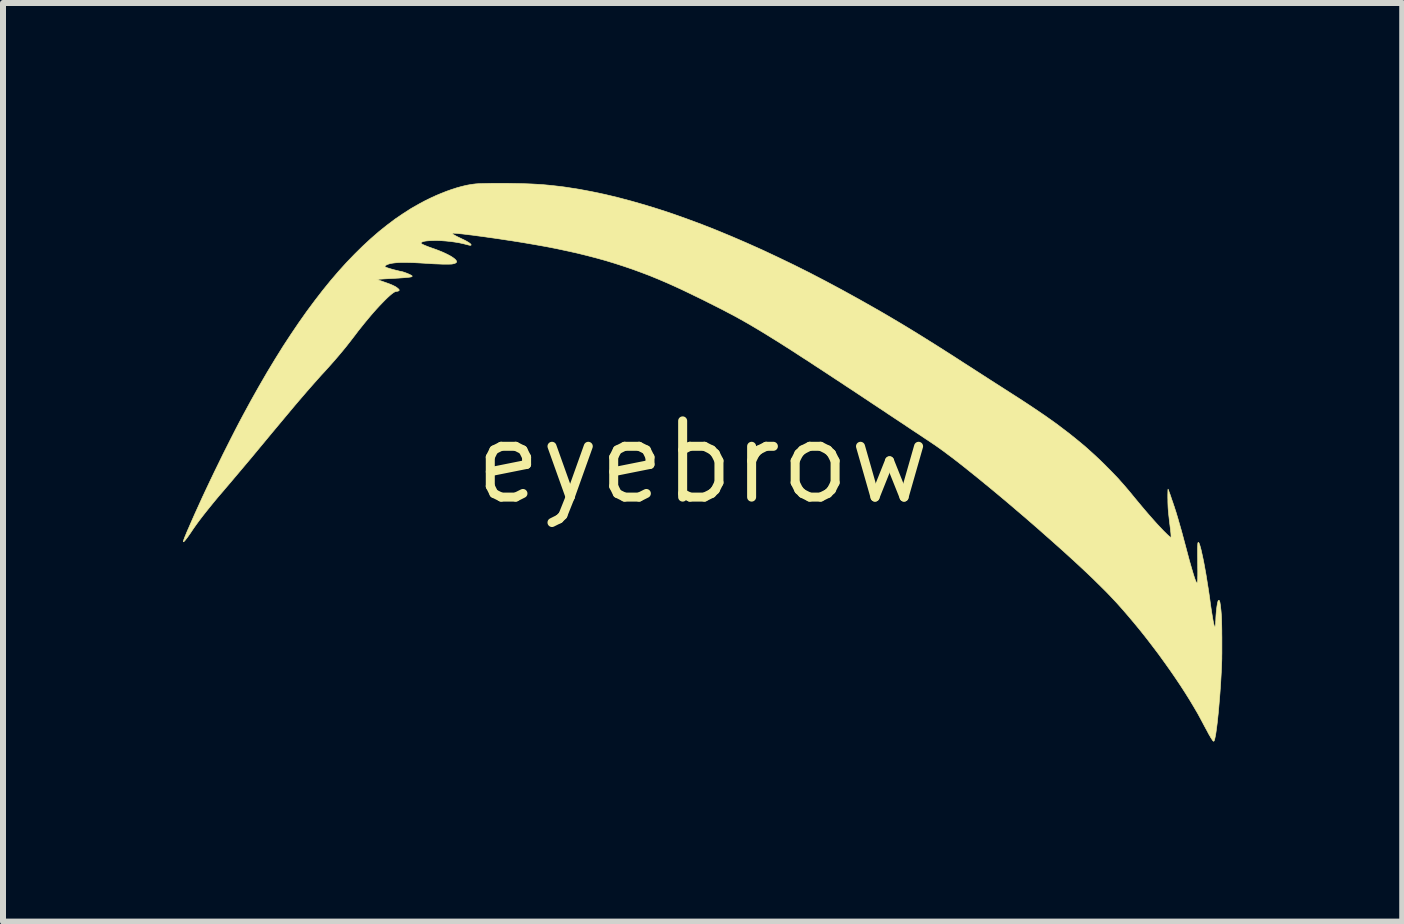
<source format=kicad_pcb>
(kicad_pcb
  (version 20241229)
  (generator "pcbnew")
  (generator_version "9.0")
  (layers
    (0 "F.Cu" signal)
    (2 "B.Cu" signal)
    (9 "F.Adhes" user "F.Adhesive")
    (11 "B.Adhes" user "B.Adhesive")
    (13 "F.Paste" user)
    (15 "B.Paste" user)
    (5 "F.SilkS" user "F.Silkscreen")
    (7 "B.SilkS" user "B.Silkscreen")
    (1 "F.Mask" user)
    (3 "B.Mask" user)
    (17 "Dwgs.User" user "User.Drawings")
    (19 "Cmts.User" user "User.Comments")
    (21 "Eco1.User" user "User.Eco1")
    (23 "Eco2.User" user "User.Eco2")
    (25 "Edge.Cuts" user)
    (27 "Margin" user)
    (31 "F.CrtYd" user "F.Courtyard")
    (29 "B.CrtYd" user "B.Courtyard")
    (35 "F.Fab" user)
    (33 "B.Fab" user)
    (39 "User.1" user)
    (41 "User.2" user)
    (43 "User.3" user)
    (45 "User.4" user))
  (footprint "eyebrow"
    (layer "F.Cu")
    (at 8.657 4.653)
    (property "Reference" "eyebrow" (at 0 0 0) (layer "F.SilkS") (effects (font (size 1.27 1.27) (thickness 0.15))))
    (attr through_hole)
    (fp_poly (pts (xy -3.243 -4.648) (xy -3.133 -4.646) (xy -3.029 -4.644) (xy -2.931 -4.641) (xy -2.836 -4.637) (xy -2.746 -4.632) (xy -2.657 -4.626) (xy -2.57 -4.618) (xy -2.484 -4.609) (xy -2.396 -4.599) (xy -2.307 -4.588) (xy -2.254 -4.58) (xy -2.051 -4.548) (xy -1.843 -4.509) (xy -1.629 -4.464) (xy -1.412 -4.412) (xy -1.189 -4.353) (xy -0.962 -4.288) (xy -0.732 -4.217) (xy -0.496 -4.139) (xy -0.257 -4.054) (xy -0.014 -3.964) (xy 0.232 -3.867) (xy 0.483 -3.763) (xy 0.736 -3.654) (xy 0.993 -3.539) (xy 1.253 -3.417) (xy 1.517 -3.29) (xy 1.783 -3.157) (xy 2.052 -3.017) (xy 2.323 -2.872) (xy 2.597 -2.721) (xy 2.707 -2.659) (xy 2.827 -2.591) (xy 2.945 -2.524) (xy 3.062 -2.456) (xy 3.177 -2.388) (xy 3.292 -2.32) (xy 3.408 -2.25) (xy 3.526 -2.178) (xy 3.646 -2.104) (xy 3.769 -2.027) (xy 3.897 -1.947) (xy 4.029 -1.863) (xy 4.166 -1.776) (xy 4.248 -1.723) (xy 4.356 -1.653) (xy 4.458 -1.588) (xy 4.554 -1.526) (xy 4.644 -1.468) (xy 4.731 -1.412) (xy 4.813 -1.359) (xy 4.893 -1.308) (xy 4.97 -1.259) (xy 5.046 -1.21) (xy 5.121 -1.162) (xy 5.16 -1.137) (xy 5.257 -1.075) (xy 5.346 -1.017) (xy 5.43 -0.962) (xy 5.508 -0.91) (xy 5.581 -0.861) (xy 5.65 -0.814) (xy 5.716 -0.769) (xy 5.779 -0.724) (xy 5.84 -0.681) (xy 5.9 -0.638) (xy 5.958 -0.594) (xy 6.016 -0.55) (xy 6.075 -0.505) (xy 6.089 -0.495) (xy 6.187 -0.417) (xy 6.28 -0.341) (xy 6.369 -0.267) (xy 6.454 -0.191) (xy 6.539 -0.114) (xy 6.624 -0.034) (xy 6.711 0.051) (xy 6.729 0.07) (xy 6.783 0.124) (xy 6.833 0.175) (xy 6.879 0.223) (xy 6.924 0.27) (xy 6.966 0.318) (xy 7.009 0.366) (xy 7.053 0.417) (xy 7.099 0.471) (xy 7.148 0.53) (xy 7.187 0.578) (xy 7.275 0.684) (xy 7.357 0.782) (xy 7.436 0.874) (xy 7.51 0.958) (xy 7.579 1.035) (xy 7.645 1.105) (xy 7.681 1.143) (xy 7.714 1.175) (xy 7.741 1.202) (xy 7.763 1.222) (xy 7.78 1.237) (xy 7.792 1.246) (xy 7.8 1.25) (xy 7.803 1.249) (xy 7.805 1.243) (xy 7.805 1.229) (xy 7.804 1.208) (xy 7.802 1.18) (xy 7.798 1.146) (xy 7.794 1.107) (xy 7.788 1.063) (xy 7.787 1.052) (xy 7.778 0.982) (xy 7.771 0.916) (xy 7.764 0.855) (xy 7.759 0.801) (xy 7.756 0.761) (xy 7.755 0.741) (xy 7.754 0.717) (xy 7.753 0.689) (xy 7.752 0.658) (xy 7.752 0.626) (xy 7.751 0.594) (xy 7.751 0.562) (xy 7.751 0.532) (xy 7.752 0.505) (xy 7.752 0.482) (xy 7.753 0.464) (xy 7.754 0.452) (xy 7.755 0.447) (xy 7.755 0.447) (xy 7.758 0.452) (xy 7.762 0.464) (xy 7.769 0.483) (xy 7.778 0.506) (xy 7.788 0.534) (xy 7.799 0.565) (xy 7.81 0.599) (xy 7.822 0.634) (xy 7.835 0.67) (xy 7.846 0.705) (xy 7.858 0.738) (xy 7.868 0.77) (xy 7.877 0.798) (xy 7.885 0.822) (xy 7.887 0.828) (xy 7.917 0.928) (xy 7.948 1.036) (xy 7.981 1.151) (xy 8.014 1.274) (xy 8.049 1.405) (xy 8.062 1.454) (xy 8.085 1.54) (xy 8.106 1.619) (xy 8.126 1.691) (xy 8.145 1.756) (xy 8.162 1.814) (xy 8.177 1.864) (xy 8.191 1.908) (xy 8.203 1.944) (xy 8.214 1.972) (xy 8.223 1.992) (xy 8.231 2.004) (xy 8.236 2.009) (xy 8.238 2.008) (xy 8.241 2.004) (xy 8.243 1.998) (xy 8.245 1.989) (xy 8.247 1.977) (xy 8.248 1.961) (xy 8.249 1.941) (xy 8.249 1.915) (xy 8.25 1.884) (xy 8.25 1.847) (xy 8.25 1.803) (xy 8.249 1.752) (xy 8.249 1.694) (xy 8.248 1.678) (xy 8.248 1.615) (xy 8.247 1.559) (xy 8.247 1.511) (xy 8.247 1.47) (xy 8.247 1.435) (xy 8.248 1.406) (xy 8.249 1.383) (xy 8.25 1.366) (xy 8.251 1.352) (xy 8.253 1.343) (xy 8.255 1.337) (xy 8.258 1.335) (xy 8.261 1.335) (xy 8.265 1.337) (xy 8.265 1.337) (xy 8.271 1.346) (xy 8.278 1.363) (xy 8.286 1.387) (xy 8.295 1.418) (xy 8.305 1.456) (xy 8.315 1.5) (xy 8.326 1.55) (xy 8.338 1.605) (xy 8.35 1.664) (xy 8.362 1.728) (xy 8.374 1.796) (xy 8.387 1.868) (xy 8.399 1.942) (xy 8.411 2.019) (xy 8.424 2.098) (xy 8.436 2.178) (xy 8.448 2.26) (xy 8.45 2.274) (xy 8.461 2.358) (xy 8.472 2.433) (xy 8.482 2.499) (xy 8.492 2.558) (xy 8.5 2.608) (xy 8.508 2.65) (xy 8.515 2.684) (xy 8.521 2.709) (xy 8.526 2.727) (xy 8.531 2.737) (xy 8.532 2.738) (xy 8.536 2.738) (xy 8.54 2.731) (xy 8.543 2.717) (xy 8.544 2.71) (xy 8.545 2.7) (xy 8.547 2.683) (xy 8.548 2.66) (xy 8.55 2.635) (xy 8.551 2.607) (xy 8.551 2.601) (xy 8.554 2.549) (xy 8.558 2.5) (xy 8.563 2.453) (xy 8.568 2.411) (xy 8.574 2.374) (xy 8.58 2.343) (xy 8.586 2.319) (xy 8.589 2.31) (xy 8.595 2.301) (xy 8.603 2.299) (xy 8.61 2.304) (xy 8.614 2.314) (xy 8.619 2.331) (xy 8.623 2.356) (xy 8.628 2.387) (xy 8.632 2.425) (xy 8.637 2.468) (xy 8.641 2.516) (xy 8.645 2.569) (xy 8.645 2.57) (xy 8.646 2.593) (xy 8.647 2.623) (xy 8.648 2.661) (xy 8.649 2.703) (xy 8.65 2.751) (xy 8.651 2.802) (xy 8.651 2.856) (xy 8.652 2.912) (xy 8.652 2.968) (xy 8.652 3.025) (xy 8.652 3.08) (xy 8.652 3.133) (xy 8.652 3.184) (xy 8.651 3.23) (xy 8.651 3.272) (xy 8.65 3.308) (xy 8.649 3.332) (xy 8.646 3.415) (xy 8.642 3.5) (xy 8.637 3.587) (xy 8.632 3.674) (xy 8.626 3.762) (xy 8.62 3.848) (xy 8.613 3.934) (xy 8.606 4.018) (xy 8.599 4.099) (xy 8.592 4.177) (xy 8.584 4.252) (xy 8.577 4.322) (xy 8.569 4.386) (xy 8.561 4.446) (xy 8.554 4.498) (xy 8.547 4.544) (xy 8.539 4.582) (xy 8.538 4.587) (xy 8.532 4.613) (xy 8.527 4.631) (xy 8.522 4.642) (xy 8.517 4.647) (xy 8.511 4.647) (xy 8.504 4.641) (xy 8.502 4.639) (xy 8.496 4.632) (xy 8.488 4.619) (xy 8.477 4.602) (xy 8.465 4.583) (xy 8.461 4.576) (xy 8.454 4.563) (xy 8.446 4.55) (xy 8.438 4.536) (xy 8.429 4.521) (xy 8.42 4.503) (xy 8.409 4.482) (xy 8.396 4.458) (xy 8.38 4.429) (xy 8.362 4.396) (xy 8.341 4.356) (xy 8.316 4.309) (xy 8.314 4.305) (xy 8.254 4.194) (xy 8.187 4.079) (xy 8.115 3.959) (xy 8.038 3.836) (xy 7.957 3.711) (xy 7.871 3.583) (xy 7.782 3.454) (xy 7.69 3.325) (xy 7.596 3.195) (xy 7.499 3.067) (xy 7.401 2.939) (xy 7.302 2.814) (xy 7.202 2.692) (xy 7.102 2.573) (xy 7.003 2.458) (xy 6.905 2.348) (xy 6.867 2.307) (xy 6.803 2.239) (xy 6.735 2.168) (xy 6.662 2.095) (xy 6.584 2.018) (xy 6.502 1.937) (xy 6.414 1.853) (xy 6.32 1.765) (xy 6.221 1.673) (xy 6.116 1.577) (xy 6.005 1.476) (xy 5.887 1.371) (xy 5.819 1.31) (xy 5.704 1.209) (xy 5.59 1.108) (xy 5.476 1.009) (xy 5.362 0.91) (xy 5.249 0.814) (xy 5.137 0.718) (xy 5.027 0.625) (xy 4.918 0.534) (xy 4.811 0.445) (xy 4.707 0.36) (xy 4.606 0.277) (xy 4.508 0.198) (xy 4.413 0.122) (xy 4.323 0.05) (xy 4.236 -0.018) (xy 4.154 -0.081) (xy 4.076 -0.139) (xy 4.004 -0.193) (xy 3.937 -0.241) (xy 3.876 -0.284) (xy 3.869 -0.289) (xy 3.86 -0.295) (xy 3.843 -0.306) (xy 3.821 -0.321) (xy 3.793 -0.34) (xy 3.759 -0.363) (xy 3.72 -0.388) (xy 3.677 -0.417) (xy 3.629 -0.449) (xy 3.578 -0.483) (xy 3.523 -0.519) (xy 3.466 -0.557) (xy 3.406 -0.597) (xy 3.344 -0.639) (xy 3.28 -0.681) (xy 3.215 -0.724) (xy 3.149 -0.768) (xy 3.082 -0.812) (xy 3.016 -0.857) (xy 2.95 -0.9) (xy 2.884 -0.944) (xy 2.82 -0.986) (xy 2.758 -1.028) (xy 2.697 -1.068) (xy 2.639 -1.107) (xy 2.584 -1.143) (xy 2.532 -1.178) (xy 2.483 -1.21) (xy 2.439 -1.239) (xy 2.399 -1.265) (xy 2.364 -1.288) (xy 2.352 -1.297) (xy 2.222 -1.382) (xy 2.099 -1.463) (xy 1.982 -1.54) (xy 1.871 -1.612) (xy 1.767 -1.681) (xy 1.667 -1.745) (xy 1.573 -1.806) (xy 1.484 -1.864) (xy 1.399 -1.918) (xy 1.319 -1.969) (xy 1.243 -2.017) (xy 1.17 -2.062) (xy 1.101 -2.105) (xy 1.035 -2.146) (xy 0.972 -2.184) (xy 0.912 -2.22) (xy 0.853 -2.255) (xy 0.797 -2.288) (xy 0.742 -2.32) (xy 0.689 -2.35) (xy 0.637 -2.38) (xy 0.624 -2.386) (xy 0.568 -2.418) (xy 0.505 -2.452) (xy 0.435 -2.488) (xy 0.362 -2.527) (xy 0.284 -2.567) (xy 0.203 -2.608) (xy 0.121 -2.649) (xy 0.038 -2.691) (xy -0.045 -2.732) (xy -0.128 -2.772) (xy -0.208 -2.811) (xy -0.285 -2.848) (xy -0.358 -2.883) (xy -0.426 -2.914) (xy -0.447 -2.924) (xy -0.592 -2.989) (xy -0.737 -3.051) (xy -0.881 -3.11) (xy -1.026 -3.165) (xy -1.171 -3.218) (xy -1.318 -3.268) (xy -1.467 -3.316) (xy -1.618 -3.362) (xy -1.773 -3.405) (xy -1.931 -3.446) (xy -2.093 -3.486) (xy -2.261 -3.523) (xy -2.433 -3.56) (xy -2.612 -3.595) (xy -2.798 -3.628) (xy -2.99 -3.661) (xy -3.191 -3.693) (xy -3.219 -3.697) (xy -3.306 -3.71) (xy -3.39 -3.723) (xy -3.472 -3.735) (xy -3.552 -3.746) (xy -3.628 -3.757) (xy -3.702 -3.767) (xy -3.771 -3.776) (xy -3.836 -3.785) (xy -3.897 -3.792) (xy -3.953 -3.799) (xy -4.003 -3.805) (xy -4.048 -3.809) (xy -4.086 -3.813) (xy -4.118 -3.816) (xy -4.144 -3.817) (xy -4.161 -3.818) (xy -4.172 -3.817) (xy -4.174 -3.815) (xy -4.17 -3.809) (xy -4.159 -3.799) (xy -4.139 -3.788) (xy -4.113 -3.773) (xy -4.08 -3.756) (xy -4.04 -3.737) (xy -4.026 -3.73) (xy -3.982 -3.709) (xy -3.944 -3.69) (xy -3.913 -3.672) (xy -3.888 -3.656) (xy -3.87 -3.642) (xy -3.86 -3.631) (xy -3.857 -3.623) (xy -3.859 -3.618) (xy -3.866 -3.616) (xy -3.879 -3.616) (xy -3.899 -3.62) (xy -3.925 -3.627) (xy -3.929 -3.628) (xy -3.993 -3.644) (xy -4.058 -3.658) (xy -4.125 -3.669) (xy -4.197 -3.679) (xy -4.275 -3.687) (xy -4.343 -3.692) (xy -4.38 -3.694) (xy -4.42 -3.695) (xy -4.461 -3.695) (xy -4.502 -3.694) (xy -4.54 -3.693) (xy -4.575 -3.691) (xy -4.605 -3.688) (xy -4.628 -3.685) (xy -4.628 -3.685) (xy -4.653 -3.679) (xy -4.672 -3.672) (xy -4.687 -3.663) (xy -4.694 -3.655) (xy -4.694 -3.655) (xy -4.691 -3.648) (xy -4.681 -3.64) (xy -4.663 -3.63) (xy -4.637 -3.618) (xy -4.603 -3.604) (xy -4.562 -3.588) (xy -4.514 -3.571) (xy -4.506 -3.568) (xy -4.443 -3.546) (xy -4.384 -3.523) (xy -4.33 -3.501) (xy -4.28 -3.478) (xy -4.236 -3.456) (xy -4.197 -3.435) (xy -4.164 -3.414) (xy -4.137 -3.394) (xy -4.117 -3.376) (xy -4.104 -3.359) (xy -4.099 -3.345) (xy -4.1 -3.336) (xy -4.107 -3.327) (xy -4.121 -3.318) (xy -4.14 -3.311) (xy -4.162 -3.306) (xy -4.18 -3.303) (xy -4.206 -3.302) (xy -4.239 -3.301) (xy -4.278 -3.301) (xy -4.322 -3.301) (xy -4.369 -3.303) (xy -4.421 -3.305) (xy -4.474 -3.307) (xy -4.529 -3.31) (xy -4.553 -3.312) (xy -4.65 -3.318) (xy -4.739 -3.323) (xy -4.82 -3.327) (xy -4.893 -3.329) (xy -4.96 -3.33) (xy -5.02 -3.33) (xy -5.073 -3.328) (xy -5.12 -3.324) (xy -5.161 -3.319) (xy -5.197 -3.313) (xy -5.227 -3.305) (xy -5.252 -3.296) (xy -5.262 -3.292) (xy -5.278 -3.282) (xy -5.289 -3.273) (xy -5.293 -3.265) (xy -5.293 -3.261) (xy -5.286 -3.255) (xy -5.273 -3.248) (xy -5.253 -3.241) (xy -5.226 -3.232) (xy -5.192 -3.222) (xy -5.15 -3.21) (xy -5.129 -3.205) (xy -5.102 -3.198) (xy -5.076 -3.192) (xy -5.053 -3.186) (xy -5.034 -3.182) (xy -5.023 -3.18) (xy -5.005 -3.176) (xy -4.984 -3.17) (xy -4.961 -3.162) (xy -4.936 -3.153) (xy -4.911 -3.143) (xy -4.888 -3.133) (xy -4.868 -3.123) (xy -4.853 -3.115) (xy -4.843 -3.108) (xy -4.84 -3.105) (xy -4.84 -3.1) (xy -4.843 -3.095) (xy -4.85 -3.091) (xy -4.863 -3.088) (xy -4.881 -3.085) (xy -4.906 -3.082) (xy -4.938 -3.079) (xy -4.972 -3.076) (xy -4.997 -3.074) (xy -5.029 -3.072) (xy -5.066 -3.069) (xy -5.106 -3.067) (xy -5.147 -3.064) (xy -5.188 -3.062) (xy -5.211 -3.061) (xy -5.248 -3.059) (xy -5.284 -3.057) (xy -5.317 -3.055) (xy -5.346 -3.053) (xy -5.37 -3.052) (xy -5.388 -3.05) (xy -5.397 -3.05) (xy -5.429 -3.047) (xy -5.323 -3.01) (xy -5.286 -2.997) (xy -5.255 -2.986) (xy -5.23 -2.977) (xy -5.209 -2.969) (xy -5.192 -2.962) (xy -5.178 -2.956) (xy -5.164 -2.95) (xy -5.151 -2.943) (xy -5.136 -2.936) (xy -5.133 -2.935) (xy -5.112 -2.923) (xy -5.093 -2.91) (xy -5.076 -2.896) (xy -5.063 -2.884) (xy -5.056 -2.874) (xy -5.055 -2.869) (xy -5.059 -2.86) (xy -5.07 -2.854) (xy -5.089 -2.849) (xy -5.099 -2.848) (xy -5.114 -2.845) (xy -5.127 -2.841) (xy -5.141 -2.833) (xy -5.152 -2.826) (xy -5.181 -2.805) (xy -5.214 -2.777) (xy -5.251 -2.743) (xy -5.292 -2.703) (xy -5.335 -2.659) (xy -5.382 -2.61) (xy -5.43 -2.558) (xy -5.48 -2.502) (xy -5.531 -2.443) (xy -5.583 -2.381) (xy -5.635 -2.318) (xy -5.687 -2.253) (xy -5.739 -2.188) (xy -5.785 -2.127) (xy -5.858 -2.032) (xy -5.929 -1.941) (xy -6 -1.854) (xy -6.073 -1.767) (xy -6.148 -1.68) (xy -6.227 -1.591) (xy -6.301 -1.509) (xy -6.355 -1.451) (xy -6.41 -1.389) (xy -6.468 -1.324) (xy -6.528 -1.256) (xy -6.591 -1.184) (xy -6.657 -1.107) (xy -6.727 -1.026) (xy -6.8 -0.94) (xy -6.877 -0.848) (xy -6.958 -0.751) (xy -7.044 -0.648) (xy -7.135 -0.539) (xy -7.182 -0.483) (xy -7.295 -0.346) (xy -7.404 -0.215) (xy -7.509 -0.088) (xy -7.61 0.032) (xy -7.707 0.147) (xy -7.799 0.256) (xy -7.886 0.359) (xy -7.969 0.456) (xy -7.975 0.464) (xy -8.058 0.56) (xy -8.134 0.651) (xy -8.204 0.737) (xy -8.269 0.818) (xy -8.329 0.894) (xy -8.384 0.966) (xy -8.434 1.034) (xy -8.479 1.098) (xy -8.505 1.136) (xy -8.533 1.178) (xy -8.559 1.215) (xy -8.582 1.248) (xy -8.603 1.275) (xy -8.62 1.297) (xy -8.634 1.313) (xy -8.644 1.322) (xy -8.65 1.325) (xy -8.652 1.323) (xy -8.652 1.317) (xy -8.65 1.307) (xy -8.645 1.291) (xy -8.637 1.27) (xy -8.627 1.243) (xy -8.613 1.21) (xy -8.597 1.17) (xy -8.577 1.123) (xy -8.573 1.115) (xy -8.52 0.993) (xy -8.463 0.864) (xy -8.402 0.73) (xy -8.339 0.591) (xy -8.273 0.45) (xy -8.205 0.306) (xy -8.136 0.162) (xy -8.065 0.017) (xy -7.995 -0.127) (xy -7.924 -0.268) (xy -7.854 -0.407) (xy -7.785 -0.542) (xy -7.718 -0.671) (xy -7.655 -0.789) (xy -7.522 -1.034) (xy -7.389 -1.27) (xy -7.257 -1.498) (xy -7.124 -1.718) (xy -6.992 -1.93) (xy -6.859 -2.133) (xy -6.727 -2.328) (xy -6.595 -2.515) (xy -6.462 -2.694) (xy -6.33 -2.865) (xy -6.197 -3.029) (xy -6.064 -3.184) (xy -5.931 -3.331) (xy -5.797 -3.47) (xy -5.663 -3.602) (xy -5.529 -3.726) (xy -5.394 -3.843) (xy -5.259 -3.951) (xy -5.124 -4.053) (xy -4.987 -4.146) (xy -4.851 -4.233) (xy -4.713 -4.311) (xy -4.623 -4.359) (xy -4.533 -4.403) (xy -4.442 -4.445) (xy -4.351 -4.483) (xy -4.262 -4.518) (xy -4.174 -4.549) (xy -4.089 -4.576) (xy -4.008 -4.598) (xy -3.932 -4.616) (xy -3.86 -4.629) (xy -3.833 -4.633) (xy -3.808 -4.636) (xy -3.782 -4.639) (xy -3.755 -4.641) (xy -3.725 -4.643) (xy -3.691 -4.644) (xy -3.654 -4.645) (xy -3.612 -4.646) (xy -3.565 -4.647) (xy -3.512 -4.648) (xy -3.451 -4.648) (xy -3.384 -4.648) (xy -3.361 -4.648) (xy -3.243 -4.648)) (stroke (width 0.01) (type solid)) (fill yes) (layer "F.SilkS")))
  (gr_rect
    (start -3 -3)
    (end 20.314 12.306)
    (stroke (width 0.1) (type default))
    (fill no)
    (layer "Edge.Cuts")))
</source>
